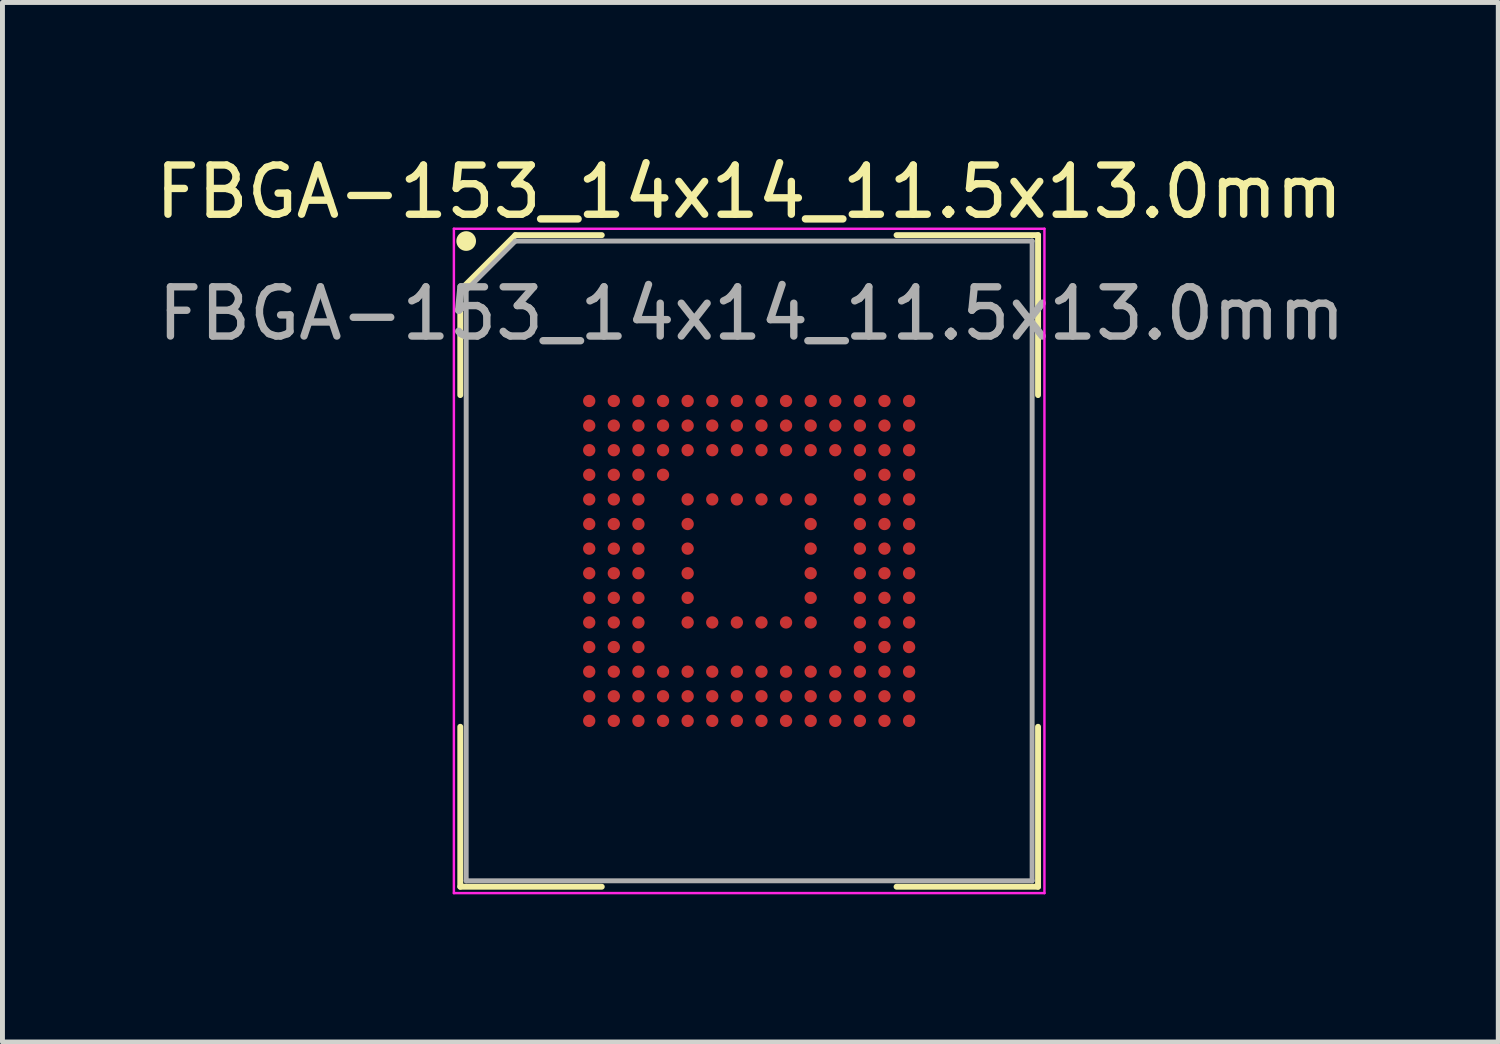
<source format=kicad_pcb>
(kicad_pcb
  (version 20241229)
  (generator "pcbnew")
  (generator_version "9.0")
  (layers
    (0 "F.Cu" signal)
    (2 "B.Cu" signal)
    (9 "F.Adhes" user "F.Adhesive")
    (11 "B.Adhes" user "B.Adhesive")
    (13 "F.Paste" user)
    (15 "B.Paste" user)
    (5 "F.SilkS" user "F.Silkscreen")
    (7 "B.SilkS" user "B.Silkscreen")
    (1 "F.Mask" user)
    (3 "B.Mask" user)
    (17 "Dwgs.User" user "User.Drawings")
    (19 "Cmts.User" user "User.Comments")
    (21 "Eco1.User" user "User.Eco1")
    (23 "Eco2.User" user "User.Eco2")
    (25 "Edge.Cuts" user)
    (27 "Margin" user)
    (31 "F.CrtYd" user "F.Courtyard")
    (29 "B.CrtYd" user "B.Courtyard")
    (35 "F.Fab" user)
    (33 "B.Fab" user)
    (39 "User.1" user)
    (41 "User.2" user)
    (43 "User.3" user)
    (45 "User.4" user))
  (footprint "FBGA-153_14x14_11.5x13.0mm"
    (layer "F.Cu")
    (at 12.173 8.348)
    (property "Reference" "FBGA-153_14x14_11.5x13.0mm" (at 0 -7.5 0) (layer "F.SilkS") (effects (font (size 1 1) (thickness 0.15))))
    (attr smd)
    (fp_line (start -5.87 -5.5) (end -5.87 -3.37) (stroke (width 0.12) (type default)) (layer "F.SilkS"))
    (fp_line (start -5.87 6.62) (end -5.87 3.37) (stroke (width 0.12) (type default)) (layer "F.SilkS"))
    (fp_line (start -4.75 -6.62) (end -5.87 -5.5) (stroke (width 0.12) (type default)) (layer "F.SilkS"))
    (fp_line (start -2.995 -6.62) (end -4.75 -6.62) (stroke (width 0.12) (type default)) (layer "F.SilkS"))
    (fp_line (start -2.995 6.62) (end -5.87 6.62) (stroke (width 0.12) (type default)) (layer "F.SilkS"))
    (fp_line (start 2.995 -6.62) (end 5.87 -6.62) (stroke (width 0.12) (type default)) (layer "F.SilkS"))
    (fp_line (start 2.995 6.62) (end 5.87 6.62) (stroke (width 0.12) (type default)) (layer "F.SilkS"))
    (fp_line (start 5.87 -6.62) (end 5.87 -3.37) (stroke (width 0.12) (type default)) (layer "F.SilkS"))
    (fp_line (start 5.87 6.62) (end 5.87 3.37) (stroke (width 0.12) (type default)) (layer "F.SilkS"))
    (fp_circle (center -5.75 -6.5) (end -5.75 -6.4) (stroke (width 0.2) (type default)) (fill no) (layer "F.SilkS"))
    (fp_line (start -6 -6.75) (end 6 -6.75) (stroke (width 0.05) (type default)) (layer "F.CrtYd"))
    (fp_line (start -6 6.75) (end -6 -6.75) (stroke (width 0.05) (type default)) (layer "F.CrtYd"))
    (fp_line (start 6 -6.75) (end 6 6.75) (stroke (width 0.05) (type default)) (layer "F.CrtYd"))
    (fp_line (start 6 6.75) (end -6 6.75) (stroke (width 0.05) (type default)) (layer "F.CrtYd"))
    (fp_line (start -5.75 -5.5) (end -5.75 6.5) (stroke (width 0.1) (type default)) (layer "F.Fab"))
    (fp_line (start -5.75 6.5) (end 5.75 6.5) (stroke (width 0.1) (type default)) (layer "F.Fab"))
    (fp_line (start -4.75 -6.5) (end -5.75 -5.5) (stroke (width 0.1) (type default)) (layer "F.Fab"))
    (fp_line (start 5.75 -6.5) (end -4.75 -6.5) (stroke (width 0.1) (type default)) (layer "F.Fab"))
    (fp_line (start 5.75 6.5) (end 5.75 -6.5) (stroke (width 0.1) (type default)) (layer "F.Fab"))
    (fp_text user "${REFERENCE}" (at 0.05 -5.025 0) (layer "F.Fab") (effects (font (size 1 1) (thickness 0.15))))
    (pad "A1" smd circle (at -3.25 -3.25) (size 0.25 0.25) (property pad_prop_bga) (layers "F.Cu" "F.Mask" "F.Paste"))
    (pad "A2" smd circle (at -2.75 -3.25) (size 0.25 0.25) (property pad_prop_bga) (layers "F.Cu" "F.Mask" "F.Paste"))
    (pad "A3" smd circle (at -2.25 -3.25) (size 0.25 0.25) (property pad_prop_bga) (layers "F.Cu" "F.Mask" "F.Paste"))
    (pad "A4" smd circle (at -1.75 -3.25) (size 0.25 0.25) (property pad_prop_bga) (layers "F.Cu" "F.Mask" "F.Paste"))
    (pad "A5" smd circle (at -1.25 -3.25) (size 0.25 0.25) (property pad_prop_bga) (layers "F.Cu" "F.Mask" "F.Paste"))
    (pad "A6" smd circle (at -0.75 -3.25) (size 0.25 0.25) (property pad_prop_bga) (layers "F.Cu" "F.Mask" "F.Paste"))
    (pad "A7" smd circle (at -0.25 -3.25) (size 0.25 0.25) (property pad_prop_bga) (layers "F.Cu" "F.Mask" "F.Paste"))
    (pad "A8" smd circle (at 0.25 -3.25) (size 0.25 0.25) (property pad_prop_bga) (layers "F.Cu" "F.Mask" "F.Paste"))
    (pad "A9" smd circle (at 0.75 -3.25) (size 0.25 0.25) (property pad_prop_bga) (layers "F.Cu" "F.Mask" "F.Paste"))
    (pad "A10" smd circle (at 1.25 -3.25) (size 0.25 0.25) (property pad_prop_bga) (layers "F.Cu" "F.Mask" "F.Paste"))
    (pad "A11" smd circle (at 1.75 -3.25) (size 0.25 0.25) (property pad_prop_bga) (layers "F.Cu" "F.Mask" "F.Paste"))
    (pad "A12" smd circle (at 2.25 -3.25) (size 0.25 0.25) (property pad_prop_bga) (layers "F.Cu" "F.Mask" "F.Paste"))
    (pad "A13" smd circle (at 2.75 -3.25) (size 0.25 0.25) (property pad_prop_bga) (layers "F.Cu" "F.Mask" "F.Paste"))
    (pad "A14" smd circle (at 3.25 -3.25) (size 0.25 0.25) (property pad_prop_bga) (layers "F.Cu" "F.Mask" "F.Paste"))
    (pad "B1" smd circle (at -3.25 -2.75) (size 0.25 0.25) (property pad_prop_bga) (layers "F.Cu" "F.Mask" "F.Paste"))
    (pad "B2" smd circle (at -2.75 -2.75) (size 0.25 0.25) (property pad_prop_bga) (layers "F.Cu" "F.Mask" "F.Paste"))
    (pad "B3" smd circle (at -2.25 -2.75) (size 0.25 0.25) (property pad_prop_bga) (layers "F.Cu" "F.Mask" "F.Paste"))
    (pad "B4" smd circle (at -1.75 -2.75) (size 0.25 0.25) (property pad_prop_bga) (layers "F.Cu" "F.Mask" "F.Paste"))
    (pad "B5" smd circle (at -1.25 -2.75) (size 0.25 0.25) (property pad_prop_bga) (layers "F.Cu" "F.Mask" "F.Paste"))
    (pad "B6" smd circle (at -0.75 -2.75) (size 0.25 0.25) (property pad_prop_bga) (layers "F.Cu" "F.Mask" "F.Paste"))
    (pad "B7" smd circle (at -0.25 -2.75) (size 0.25 0.25) (property pad_prop_bga) (layers "F.Cu" "F.Mask" "F.Paste"))
    (pad "B8" smd circle (at 0.25 -2.75) (size 0.25 0.25) (property pad_prop_bga) (layers "F.Cu" "F.Mask" "F.Paste"))
    (pad "B9" smd circle (at 0.75 -2.75) (size 0.25 0.25) (property pad_prop_bga) (layers "F.Cu" "F.Mask" "F.Paste"))
    (pad "B10" smd circle (at 1.25 -2.75) (size 0.25 0.25) (property pad_prop_bga) (layers "F.Cu" "F.Mask" "F.Paste"))
    (pad "B11" smd circle (at 1.75 -2.75) (size 0.25 0.25) (property pad_prop_bga) (layers "F.Cu" "F.Mask" "F.Paste"))
    (pad "B12" smd circle (at 2.25 -2.75) (size 0.25 0.25) (property pad_prop_bga) (layers "F.Cu" "F.Mask" "F.Paste"))
    (pad "B13" smd circle (at 2.75 -2.75) (size 0.25 0.25) (property pad_prop_bga) (layers "F.Cu" "F.Mask" "F.Paste"))
    (pad "B14" smd circle (at 3.25 -2.75) (size 0.25 0.25) (property pad_prop_bga) (layers "F.Cu" "F.Mask" "F.Paste"))
    (pad "C1" smd circle (at -3.25 -2.25) (size 0.25 0.25) (property pad_prop_bga) (layers "F.Cu" "F.Mask" "F.Paste"))
    (pad "C2" smd circle (at -2.75 -2.25) (size 0.25 0.25) (property pad_prop_bga) (layers "F.Cu" "F.Mask" "F.Paste"))
    (pad "C3" smd circle (at -2.25 -2.25) (size 0.25 0.25) (property pad_prop_bga) (layers "F.Cu" "F.Mask" "F.Paste"))
    (pad "C4" smd circle (at -1.75 -2.25) (size 0.25 0.25) (property pad_prop_bga) (layers "F.Cu" "F.Mask" "F.Paste"))
    (pad "C5" smd circle (at -1.25 -2.25) (size 0.25 0.25) (property pad_prop_bga) (layers "F.Cu" "F.Mask" "F.Paste"))
    (pad "C6" smd circle (at -0.75 -2.25) (size 0.25 0.25) (property pad_prop_bga) (layers "F.Cu" "F.Mask" "F.Paste"))
    (pad "C7" smd circle (at -0.25 -2.25) (size 0.25 0.25) (property pad_prop_bga) (layers "F.Cu" "F.Mask" "F.Paste"))
    (pad "C8" smd circle (at 0.25 -2.25) (size 0.25 0.25) (property pad_prop_bga) (layers "F.Cu" "F.Mask" "F.Paste"))
    (pad "C9" smd circle (at 0.75 -2.25) (size 0.25 0.25) (property pad_prop_bga) (layers "F.Cu" "F.Mask" "F.Paste"))
    (pad "C10" smd circle (at 1.25 -2.25) (size 0.25 0.25) (property pad_prop_bga) (layers "F.Cu" "F.Mask" "F.Paste"))
    (pad "C11" smd circle (at 1.75 -2.25) (size 0.25 0.25) (property pad_prop_bga) (layers "F.Cu" "F.Mask" "F.Paste"))
    (pad "C12" smd circle (at 2.25 -2.25) (size 0.25 0.25) (property pad_prop_bga) (layers "F.Cu" "F.Mask" "F.Paste"))
    (pad "C13" smd circle (at 2.75 -2.25) (size 0.25 0.25) (property pad_prop_bga) (layers "F.Cu" "F.Mask" "F.Paste"))
    (pad "C14" smd circle (at 3.25 -2.25) (size 0.25 0.25) (property pad_prop_bga) (layers "F.Cu" "F.Mask" "F.Paste"))
    (pad "D1" smd circle (at -3.25 -1.75) (size 0.25 0.25) (property pad_prop_bga) (layers "F.Cu" "F.Mask" "F.Paste"))
    (pad "D2" smd circle (at -2.75 -1.75) (size 0.25 0.25) (property pad_prop_bga) (layers "F.Cu" "F.Mask" "F.Paste"))
    (pad "D3" smd circle (at -2.25 -1.75) (size 0.25 0.25) (property pad_prop_bga) (layers "F.Cu" "F.Mask" "F.Paste"))
    (pad "D4" smd circle (at -1.75 -1.75) (size 0.25 0.25) (property pad_prop_bga) (layers "F.Cu" "F.Mask" "F.Paste"))
    (pad "D12" smd circle (at 2.25 -1.75) (size 0.25 0.25) (property pad_prop_bga) (layers "F.Cu" "F.Mask" "F.Paste"))
    (pad "D13" smd circle (at 2.75 -1.75) (size 0.25 0.25) (property pad_prop_bga) (layers "F.Cu" "F.Mask" "F.Paste"))
    (pad "D14" smd circle (at 3.25 -1.75) (size 0.25 0.25) (property pad_prop_bga) (layers "F.Cu" "F.Mask" "F.Paste"))
    (pad "E1" smd circle (at -3.25 -1.25) (size 0.25 0.25) (property pad_prop_bga) (layers "F.Cu" "F.Mask" "F.Paste"))
    (pad "E2" smd circle (at -2.75 -1.25) (size 0.25 0.25) (property pad_prop_bga) (layers "F.Cu" "F.Mask" "F.Paste"))
    (pad "E3" smd circle (at -2.25 -1.25) (size 0.25 0.25) (property pad_prop_bga) (layers "F.Cu" "F.Mask" "F.Paste"))
    (pad "E5" smd circle (at -1.25 -1.25) (size 0.25 0.25) (property pad_prop_bga) (layers "F.Cu" "F.Mask" "F.Paste"))
    (pad "E6" smd circle (at -0.75 -1.25) (size 0.25 0.25) (property pad_prop_bga) (layers "F.Cu" "F.Mask" "F.Paste"))
    (pad "E7" smd circle (at -0.25 -1.25) (size 0.25 0.25) (property pad_prop_bga) (layers "F.Cu" "F.Mask" "F.Paste"))
    (pad "E8" smd circle (at 0.25 -1.25) (size 0.25 0.25) (property pad_prop_bga) (layers "F.Cu" "F.Mask" "F.Paste"))
    (pad "E9" smd circle (at 0.75 -1.25) (size 0.25 0.25) (property pad_prop_bga) (layers "F.Cu" "F.Mask" "F.Paste"))
    (pad "E10" smd circle (at 1.25 -1.25) (size 0.25 0.25) (property pad_prop_bga) (layers "F.Cu" "F.Mask" "F.Paste"))
    (pad "E12" smd circle (at 2.25 -1.25) (size 0.25 0.25) (property pad_prop_bga) (layers "F.Cu" "F.Mask" "F.Paste"))
    (pad "E13" smd circle (at 2.75 -1.25) (size 0.25 0.25) (property pad_prop_bga) (layers "F.Cu" "F.Mask" "F.Paste"))
    (pad "E14" smd circle (at 3.25 -1.25) (size 0.25 0.25) (property pad_prop_bga) (layers "F.Cu" "F.Mask" "F.Paste"))
    (pad "F1" smd circle (at -3.25 -0.75) (size 0.25 0.25) (property pad_prop_bga) (layers "F.Cu" "F.Mask" "F.Paste"))
    (pad "F2" smd circle (at -2.75 -0.75) (size 0.25 0.25) (property pad_prop_bga) (layers "F.Cu" "F.Mask" "F.Paste"))
    (pad "F3" smd circle (at -2.25 -0.75) (size 0.25 0.25) (property pad_prop_bga) (layers "F.Cu" "F.Mask" "F.Paste"))
    (pad "F5" smd circle (at -1.25 -0.75) (size 0.25 0.25) (property pad_prop_bga) (layers "F.Cu" "F.Mask" "F.Paste"))
    (pad "F10" smd circle (at 1.25 -0.75) (size 0.25 0.25) (property pad_prop_bga) (layers "F.Cu" "F.Mask" "F.Paste"))
    (pad "F12" smd circle (at 2.25 -0.75) (size 0.25 0.25) (property pad_prop_bga) (layers "F.Cu" "F.Mask" "F.Paste"))
    (pad "F13" smd circle (at 2.75 -0.75) (size 0.25 0.25) (property pad_prop_bga) (layers "F.Cu" "F.Mask" "F.Paste"))
    (pad "F14" smd circle (at 3.25 -0.75) (size 0.25 0.25) (property pad_prop_bga) (layers "F.Cu" "F.Mask" "F.Paste"))
    (pad "G1" smd circle (at -3.25 -0.25) (size 0.25 0.25) (property pad_prop_bga) (layers "F.Cu" "F.Mask" "F.Paste"))
    (pad "G2" smd circle (at -2.75 -0.25) (size 0.25 0.25) (property pad_prop_bga) (layers "F.Cu" "F.Mask" "F.Paste"))
    (pad "G3" smd circle (at -2.25 -0.25) (size 0.25 0.25) (property pad_prop_bga) (layers "F.Cu" "F.Mask" "F.Paste"))
    (pad "G5" smd circle (at -1.25 -0.25) (size 0.25 0.25) (property pad_prop_bga) (layers "F.Cu" "F.Mask" "F.Paste"))
    (pad "G10" smd circle (at 1.25 -0.25) (size 0.25 0.25) (property pad_prop_bga) (layers "F.Cu" "F.Mask" "F.Paste"))
    (pad "G12" smd circle (at 2.25 -0.25) (size 0.25 0.25) (property pad_prop_bga) (layers "F.Cu" "F.Mask" "F.Paste"))
    (pad "G13" smd circle (at 2.75 -0.25) (size 0.25 0.25) (property pad_prop_bga) (layers "F.Cu" "F.Mask" "F.Paste"))
    (pad "G14" smd circle (at 3.25 -0.25) (size 0.25 0.25) (property pad_prop_bga) (layers "F.Cu" "F.Mask" "F.Paste"))
    (pad "H1" smd circle (at -3.25 0.25) (size 0.25 0.25) (property pad_prop_bga) (layers "F.Cu" "F.Mask" "F.Paste"))
    (pad "H2" smd circle (at -2.75 0.25) (size 0.25 0.25) (property pad_prop_bga) (layers "F.Cu" "F.Mask" "F.Paste"))
    (pad "H3" smd circle (at -2.25 0.25) (size 0.25 0.25) (property pad_prop_bga) (layers "F.Cu" "F.Mask" "F.Paste"))
    (pad "H5" smd circle (at -1.25 0.25) (size 0.25 0.25) (property pad_prop_bga) (layers "F.Cu" "F.Mask" "F.Paste"))
    (pad "H10" smd circle (at 1.25 0.25) (size 0.25 0.25) (property pad_prop_bga) (layers "F.Cu" "F.Mask" "F.Paste"))
    (pad "H12" smd circle (at 2.25 0.25) (size 0.25 0.25) (property pad_prop_bga) (layers "F.Cu" "F.Mask" "F.Paste"))
    (pad "H13" smd circle (at 2.75 0.25) (size 0.25 0.25) (property pad_prop_bga) (layers "F.Cu" "F.Mask" "F.Paste"))
    (pad "H14" smd circle (at 3.25 0.25) (size 0.25 0.25) (property pad_prop_bga) (layers "F.Cu" "F.Mask" "F.Paste"))
    (pad "J1" smd circle (at -3.25 0.75) (size 0.25 0.25) (property pad_prop_bga) (layers "F.Cu" "F.Mask" "F.Paste"))
    (pad "J2" smd circle (at -2.75 0.75) (size 0.25 0.25) (property pad_prop_bga) (layers "F.Cu" "F.Mask" "F.Paste"))
    (pad "J3" smd circle (at -2.25 0.75) (size 0.25 0.25) (property pad_prop_bga) (layers "F.Cu" "F.Mask" "F.Paste"))
    (pad "J5" smd circle (at -1.25 0.75) (size 0.25 0.25) (property pad_prop_bga) (layers "F.Cu" "F.Mask" "F.Paste"))
    (pad "J10" smd circle (at 1.25 0.75) (size 0.25 0.25) (property pad_prop_bga) (layers "F.Cu" "F.Mask" "F.Paste"))
    (pad "J12" smd circle (at 2.25 0.75) (size 0.25 0.25) (property pad_prop_bga) (layers "F.Cu" "F.Mask" "F.Paste"))
    (pad "J13" smd circle (at 2.75 0.75) (size 0.25 0.25) (property pad_prop_bga) (layers "F.Cu" "F.Mask" "F.Paste"))
    (pad "J14" smd circle (at 3.25 0.75) (size 0.25 0.25) (property pad_prop_bga) (layers "F.Cu" "F.Mask" "F.Paste"))
    (pad "K1" smd circle (at -3.25 1.25) (size 0.25 0.25) (property pad_prop_bga) (layers "F.Cu" "F.Mask" "F.Paste"))
    (pad "K2" smd circle (at -2.75 1.25) (size 0.25 0.25) (property pad_prop_bga) (layers "F.Cu" "F.Mask" "F.Paste"))
    (pad "K3" smd circle (at -2.25 1.25) (size 0.25 0.25) (property pad_prop_bga) (layers "F.Cu" "F.Mask" "F.Paste"))
    (pad "K5" smd circle (at -1.25 1.25) (size 0.25 0.25) (property pad_prop_bga) (layers "F.Cu" "F.Mask" "F.Paste"))
    (pad "K6" smd circle (at -0.75 1.25) (size 0.25 0.25) (property pad_prop_bga) (layers "F.Cu" "F.Mask" "F.Paste"))
    (pad "K7" smd circle (at -0.25 1.25) (size 0.25 0.25) (property pad_prop_bga) (layers "F.Cu" "F.Mask" "F.Paste"))
    (pad "K8" smd circle (at 0.25 1.25) (size 0.25 0.25) (property pad_prop_bga) (layers "F.Cu" "F.Mask" "F.Paste"))
    (pad "K9" smd circle (at 0.75 1.25) (size 0.25 0.25) (property pad_prop_bga) (layers "F.Cu" "F.Mask" "F.Paste"))
    (pad "K10" smd circle (at 1.25 1.25) (size 0.25 0.25) (property pad_prop_bga) (layers "F.Cu" "F.Mask" "F.Paste"))
    (pad "K12" smd circle (at 2.25 1.25) (size 0.25 0.25) (property pad_prop_bga) (layers "F.Cu" "F.Mask" "F.Paste"))
    (pad "K13" smd circle (at 2.75 1.25) (size 0.25 0.25) (property pad_prop_bga) (layers "F.Cu" "F.Mask" "F.Paste"))
    (pad "K14" smd circle (at 3.25 1.25) (size 0.25 0.25) (property pad_prop_bga) (layers "F.Cu" "F.Mask" "F.Paste"))
    (pad "L1" smd circle (at -3.25 1.75) (size 0.25 0.25) (property pad_prop_bga) (layers "F.Cu" "F.Mask" "F.Paste"))
    (pad "L2" smd circle (at -2.75 1.75) (size 0.25 0.25) (property pad_prop_bga) (layers "F.Cu" "F.Mask" "F.Paste"))
    (pad "L3" smd circle (at -2.25 1.75) (size 0.25 0.25) (property pad_prop_bga) (layers "F.Cu" "F.Mask" "F.Paste"))
    (pad "L12" smd circle (at 2.25 1.75) (size 0.25 0.25) (property pad_prop_bga) (layers "F.Cu" "F.Mask" "F.Paste"))
    (pad "L13" smd circle (at 2.75 1.75) (size 0.25 0.25) (property pad_prop_bga) (layers "F.Cu" "F.Mask" "F.Paste"))
    (pad "L14" smd circle (at 3.25 1.75) (size 0.25 0.25) (property pad_prop_bga) (layers "F.Cu" "F.Mask" "F.Paste"))
    (pad "M1" smd circle (at -3.25 2.25) (size 0.25 0.25) (property pad_prop_bga) (layers "F.Cu" "F.Mask" "F.Paste"))
    (pad "M2" smd circle (at -2.75 2.25) (size 0.25 0.25) (property pad_prop_bga) (layers "F.Cu" "F.Mask" "F.Paste"))
    (pad "M3" smd circle (at -2.25 2.25) (size 0.25 0.25) (property pad_prop_bga) (layers "F.Cu" "F.Mask" "F.Paste"))
    (pad "M4" smd circle (at -1.75 2.25) (size 0.25 0.25) (property pad_prop_bga) (layers "F.Cu" "F.Mask" "F.Paste"))
    (pad "M5" smd circle (at -1.25 2.25) (size 0.25 0.25) (property pad_prop_bga) (layers "F.Cu" "F.Mask" "F.Paste"))
    (pad "M6" smd circle (at -0.75 2.25) (size 0.25 0.25) (property pad_prop_bga) (layers "F.Cu" "F.Mask" "F.Paste"))
    (pad "M7" smd circle (at -0.25 2.25) (size 0.25 0.25) (property pad_prop_bga) (layers "F.Cu" "F.Mask" "F.Paste"))
    (pad "M8" smd circle (at 0.25 2.25) (size 0.25 0.25) (property pad_prop_bga) (layers "F.Cu" "F.Mask" "F.Paste"))
    (pad "M9" smd circle (at 0.75 2.25) (size 0.25 0.25) (property pad_prop_bga) (layers "F.Cu" "F.Mask" "F.Paste"))
    (pad "M10" smd circle (at 1.25 2.25) (size 0.25 0.25) (property pad_prop_bga) (layers "F.Cu" "F.Mask" "F.Paste"))
    (pad "M11" smd circle (at 1.75 2.25) (size 0.25 0.25) (property pad_prop_bga) (layers "F.Cu" "F.Mask" "F.Paste"))
    (pad "M12" smd circle (at 2.25 2.25) (size 0.25 0.25) (property pad_prop_bga) (layers "F.Cu" "F.Mask" "F.Paste"))
    (pad "M13" smd circle (at 2.75 2.25) (size 0.25 0.25) (property pad_prop_bga) (layers "F.Cu" "F.Mask" "F.Paste"))
    (pad "M14" smd circle (at 3.25 2.25) (size 0.25 0.25) (property pad_prop_bga) (layers "F.Cu" "F.Mask" "F.Paste"))
    (pad "N1" smd circle (at -3.25 2.75) (size 0.25 0.25) (property pad_prop_bga) (layers "F.Cu" "F.Mask" "F.Paste"))
    (pad "N2" smd circle (at -2.75 2.75) (size 0.25 0.25) (property pad_prop_bga) (layers "F.Cu" "F.Mask" "F.Paste"))
    (pad "N3" smd circle (at -2.25 2.75) (size 0.25 0.25) (property pad_prop_bga) (layers "F.Cu" "F.Mask" "F.Paste"))
    (pad "N4" smd circle (at -1.75 2.75) (size 0.25 0.25) (property pad_prop_bga) (layers "F.Cu" "F.Mask" "F.Paste"))
    (pad "N5" smd circle (at -1.25 2.75) (size 0.25 0.25) (property pad_prop_bga) (layers "F.Cu" "F.Mask" "F.Paste"))
    (pad "N6" smd circle (at -0.75 2.75) (size 0.25 0.25) (property pad_prop_bga) (layers "F.Cu" "F.Mask" "F.Paste"))
    (pad "N7" smd circle (at -0.25 2.75) (size 0.25 0.25) (property pad_prop_bga) (layers "F.Cu" "F.Mask" "F.Paste"))
    (pad "N8" smd circle (at 0.25 2.75) (size 0.25 0.25) (property pad_prop_bga) (layers "F.Cu" "F.Mask" "F.Paste"))
    (pad "N9" smd circle (at 0.75 2.75) (size 0.25 0.25) (property pad_prop_bga) (layers "F.Cu" "F.Mask" "F.Paste"))
    (pad "N10" smd circle (at 1.25 2.75) (size 0.25 0.25) (property pad_prop_bga) (layers "F.Cu" "F.Mask" "F.Paste"))
    (pad "N11" smd circle (at 1.75 2.75) (size 0.25 0.25) (property pad_prop_bga) (layers "F.Cu" "F.Mask" "F.Paste"))
    (pad "N12" smd circle (at 2.25 2.75) (size 0.25 0.25) (property pad_prop_bga) (layers "F.Cu" "F.Mask" "F.Paste"))
    (pad "N13" smd circle (at 2.75 2.75) (size 0.25 0.25) (property pad_prop_bga) (layers "F.Cu" "F.Mask" "F.Paste"))
    (pad "N14" smd circle (at 3.25 2.75) (size 0.25 0.25) (property pad_prop_bga) (layers "F.Cu" "F.Mask" "F.Paste"))
    (pad "P1" smd circle (at -3.25 3.25) (size 0.25 0.25) (property pad_prop_bga) (layers "F.Cu" "F.Mask" "F.Paste"))
    (pad "P2" smd circle (at -2.75 3.25) (size 0.25 0.25) (property pad_prop_bga) (layers "F.Cu" "F.Mask" "F.Paste"))
    (pad "P3" smd circle (at -2.25 3.25) (size 0.25 0.25) (property pad_prop_bga) (layers "F.Cu" "F.Mask" "F.Paste"))
    (pad "P4" smd circle (at -1.75 3.25) (size 0.25 0.25) (property pad_prop_bga) (layers "F.Cu" "F.Mask" "F.Paste"))
    (pad "P5" smd circle (at -1.25 3.25) (size 0.25 0.25) (property pad_prop_bga) (layers "F.Cu" "F.Mask" "F.Paste"))
    (pad "P6" smd circle (at -0.75 3.25) (size 0.25 0.25) (property pad_prop_bga) (layers "F.Cu" "F.Mask" "F.Paste"))
    (pad "P7" smd circle (at -0.25 3.25) (size 0.25 0.25) (property pad_prop_bga) (layers "F.Cu" "F.Mask" "F.Paste"))
    (pad "P8" smd circle (at 0.25 3.25) (size 0.25 0.25) (property pad_prop_bga) (layers "F.Cu" "F.Mask" "F.Paste"))
    (pad "P9" smd circle (at 0.75 3.25) (size 0.25 0.25) (property pad_prop_bga) (layers "F.Cu" "F.Mask" "F.Paste"))
    (pad "P10" smd circle (at 1.25 3.25) (size 0.25 0.25) (property pad_prop_bga) (layers "F.Cu" "F.Mask" "F.Paste"))
    (pad "P11" smd circle (at 1.75 3.25) (size 0.25 0.25) (property pad_prop_bga) (layers "F.Cu" "F.Mask" "F.Paste"))
    (pad "P12" smd circle (at 2.25 3.25) (size 0.25 0.25) (property pad_prop_bga) (layers "F.Cu" "F.Mask" "F.Paste"))
    (pad "P13" smd circle (at 2.75 3.25) (size 0.25 0.25) (property pad_prop_bga) (layers "F.Cu" "F.Mask" "F.Paste"))
    (pad "P14" smd circle (at 3.25 3.25) (size 0.25 0.25) (property pad_prop_bga) (layers "F.Cu" "F.Mask" "F.Paste")))
  (gr_rect
    (start -3 -3)
    (end 27.395 18.123)
    (stroke (width 0.1) (type default))
    (fill no)
    (layer "Edge.Cuts")))
</source>
